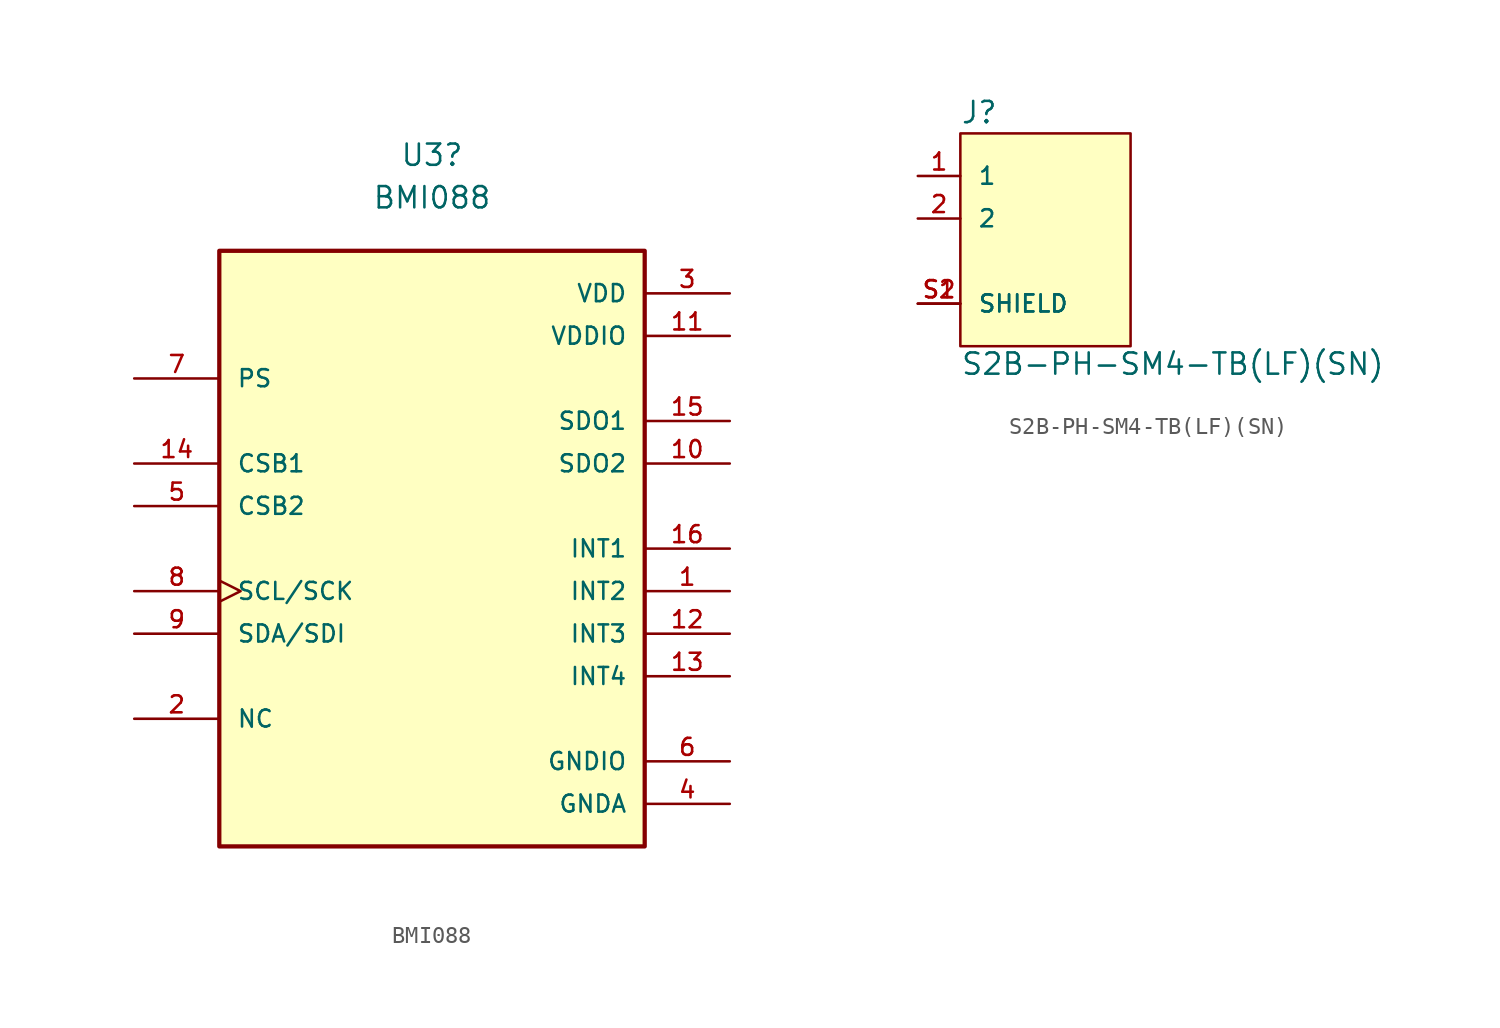
<source format=kicad_sym>
(kicad_symbol_lib
  (version 20211014)
  (generator kicad_symbol_editor)
  (symbol "BMI088"
    (pin_names
      (offset 1.016))
    (property "Reference" "U3"
      (at 0 23.495 0)
      (effects (font (size 1.27 1.27))))
    (property "Value" "BMI088"
      (at 0 20.955 0)
      (effects (font (size 1.27 1.27))))
    (symbol "BMI088_0_0"
      (rectangle (start -12.7 -17.78) (end 12.7 17.78) (stroke (width 0.254) (type default) (color 0 0 0 0)) (fill (type background)))
      (pin bidirectional line (at 17.78 -2.54 180) (length 5.08) (name "INT2" (effects (font (size 1.016 1.016)))) (number "1" (effects (font (size 1.016 1.016)))))
      (pin passive line (at 17.78 5.08 180) (length 5.08) (name "SDO2" (effects (font (size 1.016 1.016)))) (number "10" (effects (font (size 1.016 1.016)))))
      (pin power_in line (at 17.78 12.7 180) (length 5.08) (name "VDDIO" (effects (font (size 1.016 1.016)))) (number "11" (effects (font (size 1.016 1.016)))))
      (pin bidirectional line (at 17.78 -5.08 180) (length 5.08) (name "INT3" (effects (font (size 1.016 1.016)))) (number "12" (effects (font (size 1.016 1.016)))))
      (pin bidirectional line (at 17.78 -7.62 180) (length 5.08) (name "INT4" (effects (font (size 1.016 1.016)))) (number "13" (effects (font (size 1.016 1.016)))))
      (pin input line (at -17.78 5.08 0) (length 5.08) (name "CSB1" (effects (font (size 1.016 1.016)))) (number "14" (effects (font (size 1.016 1.016)))))
      (pin passive line (at 17.78 7.62 180) (length 5.08) (name "SDO1" (effects (font (size 1.016 1.016)))) (number "15" (effects (font (size 1.016 1.016)))))
      (pin bidirectional line (at 17.78 0 180) (length 5.08) (name "INT1" (effects (font (size 1.016 1.016)))) (number "16" (effects (font (size 1.016 1.016)))))
      (pin passive line (at -17.78 -10.16 0) (length 5.08) (name "NC" (effects (font (size 1.016 1.016)))) (number "2" (effects (font (size 1.016 1.016)))))
      (pin power_in line (at 17.78 15.24 180) (length 5.08) (name "VDD" (effects (font (size 1.016 1.016)))) (number "3" (effects (font (size 1.016 1.016)))))
      (pin power_in line (at 17.78 -15.24 180) (length 5.08) (name "GNDA" (effects (font (size 1.016 1.016)))) (number "4" (effects (font (size 1.016 1.016)))))
      (pin input line (at -17.78 2.54 0) (length 5.08) (name "CSB2" (effects (font (size 1.016 1.016)))) (number "5" (effects (font (size 1.016 1.016)))))
      (pin power_in line (at 17.78 -12.7 180) (length 5.08) (name "GNDIO" (effects (font (size 1.016 1.016)))) (number "6" (effects (font (size 1.016 1.016)))))
      (pin input line (at -17.78 10.16 0) (length 5.08) (name "PS" (effects (font (size 1.016 1.016)))) (number "7" (effects (font (size 1.016 1.016)))))
      (pin input clock (at -17.78 -2.54 0) (length 5.08) (name "SCL/SCK" (effects (font (size 1.016 1.016)))) (number "8" (effects (font (size 1.016 1.016)))))
      (pin bidirectional line (at -17.78 -5.08 0) (length 5.08) (name "SDA/SDI" (effects (font (size 1.016 1.016)))) (number "9" (effects (font (size 1.016 1.016)))))))
  (symbol "S2B-PH-SM4-TB(LF)(SN)"
    (pin_names
      (offset 1.016))
    (property "Reference" "J"
      (at -5.08 5.588 0)
      (effects (font (size 1.27 1.27)) (justify left bottom)))
    (property "Value" "S2B-PH-SM4-TB(LF)(SN)"
      (at -5.08 -9.423 0)
      (effects (font (size 1.27 1.27)) (justify left bottom)))
    (symbol "S2B-PH-SM4-TB(LF)(SN)_0_0"
      (rectangle (start -5.08 -7.62) (end 5.08 5.08) (stroke (width 0.152) (type default) (color 0 0 0 0)) (fill (type background)))
      (pin passive line (at -7.62 2.54 0) (length 2.54) (name "1" (effects (font (size 1.016 1.016)))) (number "1" (effects (font (size 1.016 1.016)))))
      (pin passive line (at -7.62 0 0) (length 2.54) (name "2" (effects (font (size 1.016 1.016)))) (number "2" (effects (font (size 1.016 1.016)))))
      (pin passive line (at -7.62 -5.08 0) (length 2.54) (name "SHIELD" (effects (font (size 1.016 1.016)))) (number "S1" (effects (font (size 1.016 1.016)))))
      (pin passive line (at -7.62 -5.08 0) (length 2.54) (name "SHIELD" (effects (font (size 1.016 1.016)))) (number "S2" (effects (font (size 1.016 1.016))))))))
</source>
